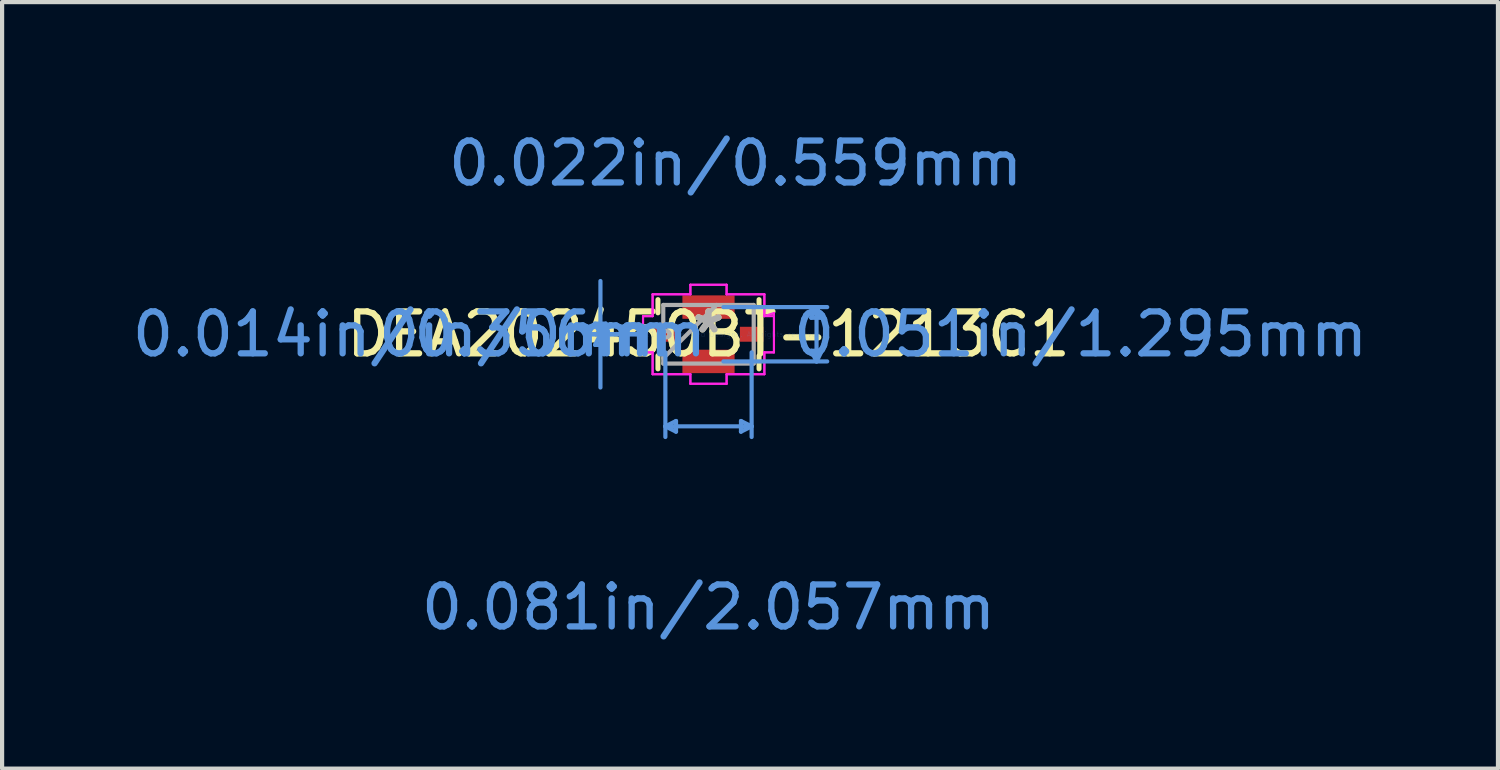
<source format=kicad_pcb>
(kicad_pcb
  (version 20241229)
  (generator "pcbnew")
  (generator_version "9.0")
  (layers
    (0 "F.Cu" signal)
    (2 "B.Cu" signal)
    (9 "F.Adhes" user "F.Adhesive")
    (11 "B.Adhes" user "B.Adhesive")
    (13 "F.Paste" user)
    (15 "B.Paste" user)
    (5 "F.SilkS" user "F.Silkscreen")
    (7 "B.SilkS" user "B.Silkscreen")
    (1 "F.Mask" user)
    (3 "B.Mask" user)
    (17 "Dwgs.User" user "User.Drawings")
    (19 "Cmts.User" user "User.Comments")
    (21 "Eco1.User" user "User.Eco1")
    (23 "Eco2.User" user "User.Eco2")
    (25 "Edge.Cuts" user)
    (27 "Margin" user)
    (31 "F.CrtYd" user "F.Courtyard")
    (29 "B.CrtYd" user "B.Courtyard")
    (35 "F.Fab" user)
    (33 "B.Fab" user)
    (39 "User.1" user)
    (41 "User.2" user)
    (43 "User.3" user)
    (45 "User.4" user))
  (footprint "DEA202450BT-1213C1"
    (layer "F.Cu")
    (at 13.854 4.925)
    (property "Reference" "DEA202450BT-1213C1" (at 0 0 0) (layer "F.SilkS") (effects (font (size 1 1) (thickness 0.15))))
    (attr through_hole)
    (fp_line (start -1.206 -0.826) (end -1.206 -0.511) (stroke (width 0.12) (type solid)) (layer "F.SilkS"))
    (fp_line (start -1.206 0.511) (end -1.206 0.826) (stroke (width 0.12) (type solid)) (layer "F.SilkS"))
    (fp_line (start 1.206 -0.511) (end 1.206 -0.826) (stroke (width 0.12) (type solid)) (layer "F.SilkS"))
    (fp_line (start 1.206 0.826) (end 1.206 0.511) (stroke (width 0.12) (type solid)) (layer "F.SilkS"))
    (fp_line (start -2.705 -0.254) (end -2.578 0) (stroke (width 0.1) (type solid)) (layer "Cmts.User"))
    (fp_line (start -2.705 0.254) (end -2.578 0) (stroke (width 0.1) (type solid)) (layer "Cmts.User"))
    (fp_line (start -2.578 0) (end -2.578 -1.27) (stroke (width 0.1) (type solid)) (layer "Cmts.User"))
    (fp_line (start -2.578 0) (end -2.578 1.27) (stroke (width 0.1) (type solid)) (layer "Cmts.User"))
    (fp_line (start -2.578 0) (end -2.451 -0.254) (stroke (width 0.1) (type solid)) (layer "Cmts.User"))
    (fp_line (start -2.578 0) (end -2.451 0.254) (stroke (width 0.1) (type solid)) (layer "Cmts.User"))
    (fp_line (start -2.451 -0.254) (end -2.705 -0.254) (stroke (width 0.1) (type solid)) (layer "Cmts.User"))
    (fp_line (start -2.451 0.254) (end -2.705 0.254) (stroke (width 0.1) (type solid)) (layer "Cmts.User"))
    (fp_line (start -1.562 0) (end -2.832 0) (stroke (width 0.1) (type solid)) (layer "Cmts.User"))
    (fp_line (start -1.562 0) (end -2.832 0) (stroke (width 0.1) (type solid)) (layer "Cmts.User"))
    (fp_line (start -1.029 0.432) (end -1.029 2.451) (stroke (width 0.1) (type solid)) (layer "Cmts.User"))
    (fp_line (start -1.029 2.197) (end -0.775 2.324) (stroke (width 0.1) (type solid)) (layer "Cmts.User"))
    (fp_line (start -1.029 2.197) (end 1.029 2.197) (stroke (width 0.1) (type solid)) (layer "Cmts.User"))
    (fp_line (start -0.775 2.07) (end -1.029 2.197) (stroke (width 0.1) (type solid)) (layer "Cmts.User"))
    (fp_line (start -0.775 2.324) (end -0.775 2.07) (stroke (width 0.1) (type solid)) (layer "Cmts.User"))
    (fp_line (start 0.356 -0.648) (end 2.832 -0.648) (stroke (width 0.1) (type solid)) (layer "Cmts.User"))
    (fp_line (start 0.356 0.648) (end 2.832 0.648) (stroke (width 0.1) (type solid)) (layer "Cmts.User"))
    (fp_line (start 0.775 2.07) (end 1.029 2.197) (stroke (width 0.1) (type solid)) (layer "Cmts.User"))
    (fp_line (start 0.775 2.324) (end 0.775 2.07) (stroke (width 0.1) (type solid)) (layer "Cmts.User"))
    (fp_line (start 1.029 0.432) (end 1.029 2.451) (stroke (width 0.1) (type solid)) (layer "Cmts.User"))
    (fp_line (start 1.029 2.197) (end 0.775 2.324) (stroke (width 0.1) (type solid)) (layer "Cmts.User"))
    (fp_line (start 2.451 -0.394) (end 2.705 -0.394) (stroke (width 0.1) (type solid)) (layer "Cmts.User"))
    (fp_line (start 2.451 0.394) (end 2.705 0.394) (stroke (width 0.1) (type solid)) (layer "Cmts.User"))
    (fp_line (start 2.578 -0.648) (end 2.451 -0.394) (stroke (width 0.1) (type solid)) (layer "Cmts.User"))
    (fp_line (start 2.578 0.648) (end 2.451 0.394) (stroke (width 0.1) (type solid)) (layer "Cmts.User"))
    (fp_line (start 2.578 0.648) (end 2.578 -0.648) (stroke (width 0.1) (type solid)) (layer "Cmts.User"))
    (fp_line (start 2.705 -0.394) (end 2.578 -0.648) (stroke (width 0.1) (type solid)) (layer "Cmts.User"))
    (fp_line (start 2.705 0.394) (end 2.578 0.648) (stroke (width 0.1) (type solid)) (layer "Cmts.User"))
    (fp_line (start -1.562 -0.432) (end -1.333 -0.432) (stroke (width 0.05) (type solid)) (layer "F.CrtYd"))
    (fp_line (start -1.562 -0.432) (end -1.333 -0.432) (stroke (width 0.05) (type solid)) (layer "F.CrtYd"))
    (fp_line (start -1.562 0.432) (end -1.562 -0.432) (stroke (width 0.05) (type solid)) (layer "F.CrtYd"))
    (fp_line (start -1.562 0.432) (end -1.562 -0.432) (stroke (width 0.05) (type solid)) (layer "F.CrtYd"))
    (fp_line (start -1.333 -0.953) (end -0.432 -0.953) (stroke (width 0.05) (type solid)) (layer "F.CrtYd"))
    (fp_line (start -1.333 -0.953) (end -0.432 -0.953) (stroke (width 0.05) (type solid)) (layer "F.CrtYd"))
    (fp_line (start -1.333 -0.432) (end -1.333 -0.953) (stroke (width 0.05) (type solid)) (layer "F.CrtYd"))
    (fp_line (start -1.333 -0.432) (end -1.333 -0.953) (stroke (width 0.05) (type solid)) (layer "F.CrtYd"))
    (fp_line (start -1.333 0.432) (end -1.562 0.432) (stroke (width 0.05) (type solid)) (layer "F.CrtYd"))
    (fp_line (start -1.333 0.432) (end -1.562 0.432) (stroke (width 0.05) (type solid)) (layer "F.CrtYd"))
    (fp_line (start -1.333 0.953) (end -1.333 0.432) (stroke (width 0.05) (type solid)) (layer "F.CrtYd"))
    (fp_line (start -1.333 0.953) (end -1.333 0.432) (stroke (width 0.05) (type solid)) (layer "F.CrtYd"))
    (fp_line (start -0.432 -1.181) (end 0.432 -1.181) (stroke (width 0.05) (type solid)) (layer "F.CrtYd"))
    (fp_line (start -0.432 -1.181) (end 0.432 -1.181) (stroke (width 0.05) (type solid)) (layer "F.CrtYd"))
    (fp_line (start -0.432 -0.953) (end -0.432 -1.181) (stroke (width 0.05) (type solid)) (layer "F.CrtYd"))
    (fp_line (start -0.432 -0.953) (end -0.432 -1.181) (stroke (width 0.05) (type solid)) (layer "F.CrtYd"))
    (fp_line (start -0.432 0.953) (end -1.333 0.953) (stroke (width 0.05) (type solid)) (layer "F.CrtYd"))
    (fp_line (start -0.432 0.953) (end -1.333 0.953) (stroke (width 0.05) (type solid)) (layer "F.CrtYd"))
    (fp_line (start -0.432 1.181) (end -0.432 0.953) (stroke (width 0.05) (type solid)) (layer "F.CrtYd"))
    (fp_line (start -0.432 1.181) (end -0.432 0.953) (stroke (width 0.05) (type solid)) (layer "F.CrtYd"))
    (fp_line (start 0.432 -1.181) (end 0.432 -0.953) (stroke (width 0.05) (type solid)) (layer "F.CrtYd"))
    (fp_line (start 0.432 -1.181) (end 0.432 -0.953) (stroke (width 0.05) (type solid)) (layer "F.CrtYd"))
    (fp_line (start 0.432 -0.953) (end 1.333 -0.953) (stroke (width 0.05) (type solid)) (layer "F.CrtYd"))
    (fp_line (start 0.432 -0.953) (end 1.333 -0.953) (stroke (width 0.05) (type solid)) (layer "F.CrtYd"))
    (fp_line (start 0.432 0.953) (end 0.432 1.181) (stroke (width 0.05) (type solid)) (layer "F.CrtYd"))
    (fp_line (start 0.432 0.953) (end 0.432 1.181) (stroke (width 0.05) (type solid)) (layer "F.CrtYd"))
    (fp_line (start 0.432 1.181) (end -0.432 1.181) (stroke (width 0.05) (type solid)) (layer "F.CrtYd"))
    (fp_line (start 0.432 1.181) (end -0.432 1.181) (stroke (width 0.05) (type solid)) (layer "F.CrtYd"))
    (fp_line (start 1.333 -0.953) (end 1.333 -0.432) (stroke (width 0.05) (type solid)) (layer "F.CrtYd"))
    (fp_line (start 1.333 -0.953) (end 1.333 -0.432) (stroke (width 0.05) (type solid)) (layer "F.CrtYd"))
    (fp_line (start 1.333 -0.432) (end 1.562 -0.508) (stroke (width 0.05) (type solid)) (layer "F.CrtYd"))
    (fp_line (start 1.333 -0.432) (end 1.562 -0.432) (stroke (width 0.05) (type solid)) (layer "F.CrtYd"))
    (fp_line (start 1.333 0.432) (end 1.333 0.953) (stroke (width 0.05) (type solid)) (layer "F.CrtYd"))
    (fp_line (start 1.333 0.432) (end 1.333 0.953) (stroke (width 0.05) (type solid)) (layer "F.CrtYd"))
    (fp_line (start 1.333 0.953) (end 0.432 0.953) (stroke (width 0.05) (type solid)) (layer "F.CrtYd"))
    (fp_line (start 1.333 0.953) (end 0.432 0.953) (stroke (width 0.05) (type solid)) (layer "F.CrtYd"))
    (fp_line (start 1.562 -0.508) (end 1.562 0.432) (stroke (width 0.05) (type solid)) (layer "F.CrtYd"))
    (fp_line (start 1.562 -0.432) (end 1.562 0.432) (stroke (width 0.05) (type solid)) (layer "F.CrtYd"))
    (fp_line (start 1.562 0.432) (end 1.333 0.432) (stroke (width 0.05) (type solid)) (layer "F.CrtYd"))
    (fp_line (start 1.562 0.432) (end 1.333 0.432) (stroke (width 0.05) (type solid)) (layer "F.CrtYd"))
    (fp_line (start -1.079 -0.699) (end -1.079 0.699) (stroke (width 0.1) (type solid)) (layer "F.Fab"))
    (fp_line (start -1.079 0.572) (end 0.191 -0.699) (stroke (width 0.1) (type solid)) (layer "F.Fab"))
    (fp_line (start -1.079 0.699) (end 1.079 0.699) (stroke (width 0.1) (type solid)) (layer "F.Fab"))
    (fp_line (start 1.079 -0.699) (end -1.079 -0.699) (stroke (width 0.1) (type solid)) (layer "F.Fab"))
    (fp_line (start 1.079 0.699) (end 1.079 -0.699) (stroke (width 0.1) (type solid)) (layer "F.Fab"))
    (fp_circle (center -1.003 0) (end -0.927 0) (stroke (width 0.1) (type solid)) (fill no) (layer "F.Fab"))
    (fp_text user "*" (at 0 0 0) (layer "F.SilkS") (effects (font (size 1 1) (thickness 0.15))))
    (fp_text user "0in/0mm" (at -4.356 0 0) (layer "Cmts.User") (effects (font (size 1 1) (thickness 0.15))))
    (fp_text user "0.014in/0.356mm" (at -6.896 0 0) (layer "Cmts.User") (effects (font (size 1 1) (thickness 0.15))))
    (fp_text user "Copyright 2021 Accelerated Designs. All rights reserved." (at 0 0 0) (layer "Cmts.User") (effects (font (size 0.127 0.127) (thickness 0.002))))
    (fp_text user "0.051in/1.295mm" (at 8.877 0 0) (layer "Cmts.User") (effects (font (size 1 1) (thickness 0.15))))
    (fp_text user "0.022in/0.559mm" (at 0.648 -4.077 0) (layer "Cmts.User") (effects (font (size 1 1) (thickness 0.15))))
    (fp_text user "0.081in/2.057mm" (at 0 6.515 0) (layer "Cmts.User") (effects (font (size 1 1) (thickness 0.15))))
    (fp_text user "*" (at 0 0 0) (layer "F.Fab") (effects (font (size 1 1) (thickness 0.15))))
    (pad "1" smd rect (at -1.029 0) (size 0.559 0.356) (layers "F.Cu" "F.Mask" "F.Paste"))
    (pad "2" smd rect (at 0 -0.648 90) (size 0.559 1.245) (layers "F.Cu" "F.Mask" "F.Paste"))
    (pad "3" smd rect (at 1.029 0) (size 0.559 0.356) (layers "F.Cu" "F.Mask" "F.Paste"))
    (pad "4" smd rect (at 0 0.648 90) (size 0.559 1.245) (layers "F.Cu" "F.Mask" "F.Paste")))
  (gr_rect
    (start -3 -3)
    (end 32.69 15.288)
    (stroke (width 0.1) (type default))
    (fill no)
    (layer "Edge.Cuts")))
</source>
